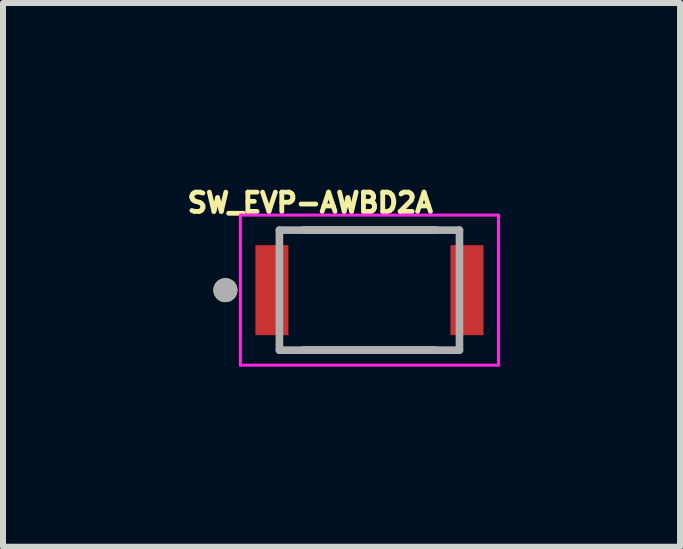
<source format=kicad_pcb>
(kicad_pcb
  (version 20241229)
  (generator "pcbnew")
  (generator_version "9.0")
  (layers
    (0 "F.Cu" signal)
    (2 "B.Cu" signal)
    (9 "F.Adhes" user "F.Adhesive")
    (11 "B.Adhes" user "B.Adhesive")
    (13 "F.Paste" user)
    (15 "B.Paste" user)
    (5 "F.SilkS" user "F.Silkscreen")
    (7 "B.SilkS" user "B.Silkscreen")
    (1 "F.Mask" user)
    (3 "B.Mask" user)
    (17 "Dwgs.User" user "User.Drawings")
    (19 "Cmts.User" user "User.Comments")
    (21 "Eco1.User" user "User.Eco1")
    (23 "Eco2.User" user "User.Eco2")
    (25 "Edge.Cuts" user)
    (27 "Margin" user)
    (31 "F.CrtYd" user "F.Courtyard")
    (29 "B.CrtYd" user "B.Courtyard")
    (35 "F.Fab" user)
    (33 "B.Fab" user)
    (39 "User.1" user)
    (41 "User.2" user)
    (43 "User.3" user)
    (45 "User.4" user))
  (footprint "SW_EVP-AWBD2A"
    (layer "F.Cu")
    (at 3.105 1.784)
    (property "Reference" "SW_EVP-AWBD2A" (at -0.986 -1.456 0) (layer "F.SilkS") (effects (font (size 0.321 0.321) (thickness 0.15))))
    (attr through_hole)
    (fp_line (start -1.1 -1) (end 1.1 -1) (stroke (width 0.127) (type solid)) (layer "F.SilkS"))
    (fp_line (start 1.1 1) (end -1.1 1) (stroke (width 0.127) (type solid)) (layer "F.SilkS"))
    (fp_circle (center -2.4 0) (end -2.3 0) (stroke (width 0.2) (type solid)) (fill no) (layer "F.SilkS"))
    (fp_line (start -2.15 -1.25) (end 2.15 -1.25) (stroke (width 0.05) (type solid)) (layer "F.CrtYd"))
    (fp_line (start -2.15 1.25) (end -2.15 -1.25) (stroke (width 0.05) (type solid)) (layer "F.CrtYd"))
    (fp_line (start 2.15 -1.25) (end 2.15 1.25) (stroke (width 0.05) (type solid)) (layer "F.CrtYd"))
    (fp_line (start 2.15 1.25) (end -2.15 1.25) (stroke (width 0.05) (type solid)) (layer "F.CrtYd"))
    (fp_line (start -1.5 -1) (end 1.5 -1) (stroke (width 0.127) (type solid)) (layer "F.Fab"))
    (fp_line (start -1.5 1) (end -1.5 -1) (stroke (width 0.127) (type solid)) (layer "F.Fab"))
    (fp_line (start 1.5 -1) (end 1.5 1) (stroke (width 0.127) (type solid)) (layer "F.Fab"))
    (fp_line (start 1.5 1) (end -1.5 1) (stroke (width 0.127) (type solid)) (layer "F.Fab"))
    (fp_circle (center -2.4 0) (end -2.3 0) (stroke (width 0.2) (type solid)) (fill no) (layer "F.Fab"))
    (pad "1" smd rect (at -1.625 0 90) (size 1.5 0.55) (layers "F.Cu" "F.Mask" "F.Paste"))
    (pad "2" smd rect (at 1.625 0 90) (size 1.5 0.55) (layers "F.Cu" "F.Mask" "F.Paste"))
    (zone (net_name "") (layer "F.Cu") (hatch full 0.508) (connect_pads) (min_thickness 0.01) (filled_areas_thickness no) (keepout (tracks not_allowed) (vias not_allowed) (pads not_allowed) (copperpour not_allowed) (footprints allowed)) (placement (enabled no)) (fill) (polygon (pts (xy 2.155 0.784) (xy 4.055 0.784) (xy 4.055 2.784) (xy 2.155 2.784))))
    (zone (net_name "") (layers "F.Cu" "B.Cu") (hatch full 0.508) (connect_pads) (min_thickness 0.01) (filled_areas_thickness no) (keepout (tracks allowed) (vias not_allowed) (pads allowed) (copperpour allowed) (footprints allowed)) (placement (enabled no)) (fill) (polygon (pts (xy 2.155 0.784) (xy 4.055 0.784) (xy 4.055 2.784) (xy 2.155 2.784)))))
  (gr_rect
    (start -3 -3)
    (end 8.28 6.059)
    (stroke (width 0.1) (type default))
    (fill no)
    (layer "Edge.Cuts")))
</source>
